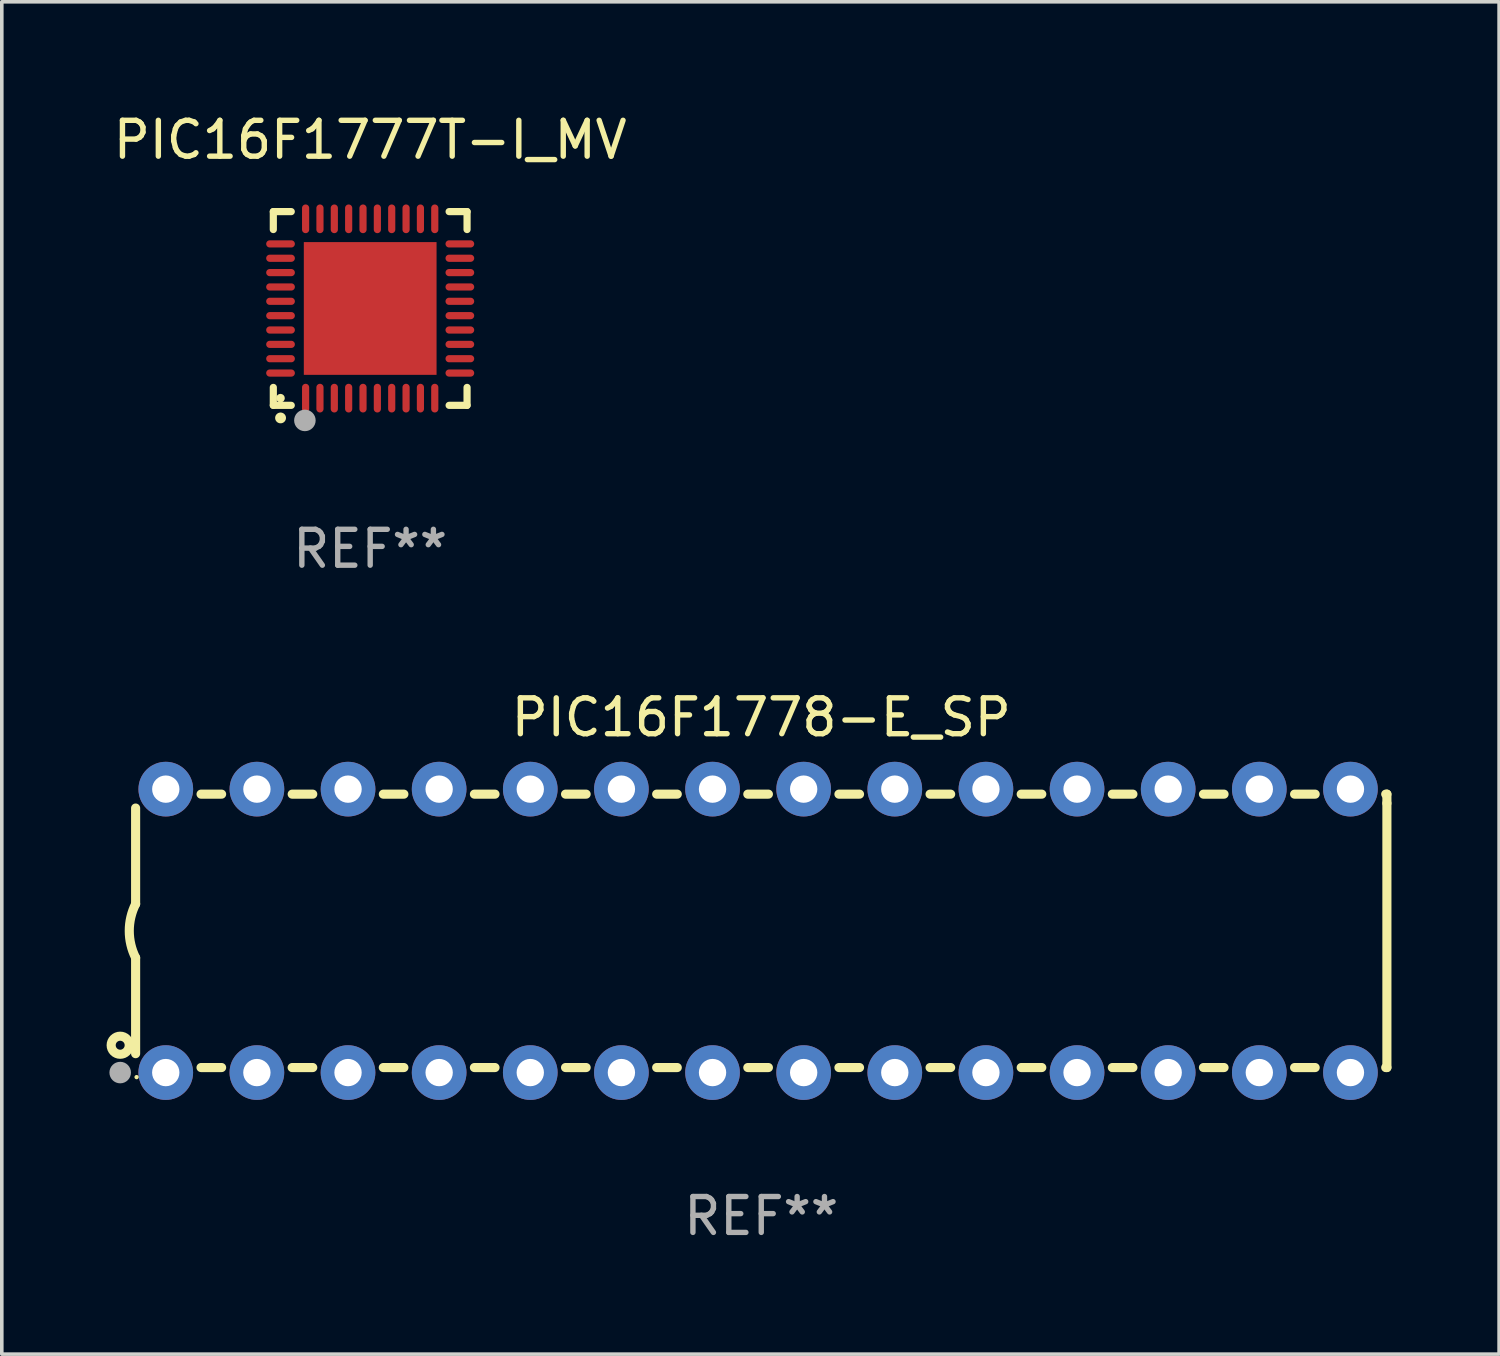
<source format=kicad_pcb>
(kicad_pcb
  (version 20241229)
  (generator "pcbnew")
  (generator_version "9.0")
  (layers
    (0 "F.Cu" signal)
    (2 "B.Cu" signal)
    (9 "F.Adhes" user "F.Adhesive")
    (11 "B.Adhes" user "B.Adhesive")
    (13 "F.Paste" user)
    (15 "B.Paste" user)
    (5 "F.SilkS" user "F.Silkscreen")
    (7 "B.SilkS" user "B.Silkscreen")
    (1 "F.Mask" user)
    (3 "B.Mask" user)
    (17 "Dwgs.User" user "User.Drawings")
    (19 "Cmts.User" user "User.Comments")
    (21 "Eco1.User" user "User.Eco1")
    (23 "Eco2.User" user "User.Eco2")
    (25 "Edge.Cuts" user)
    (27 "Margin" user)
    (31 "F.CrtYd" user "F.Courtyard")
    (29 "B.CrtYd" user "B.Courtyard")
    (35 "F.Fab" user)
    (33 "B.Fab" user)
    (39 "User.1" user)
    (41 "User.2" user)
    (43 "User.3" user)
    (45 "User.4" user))
  (footprint "PIC16F1777T-I_MV"
    (layer "F.Cu")
    (at 7.268 5.548)
    (property "Reference" "PIC16F1777T-I_MV" (at 0 -4.7 0) (layer "F.SilkS") (effects (font (size 1 1) (thickness 0.15))))
    (attr through_hole)
    (fp_line (start -2.7 -2.7) (end -2.7 -2.2) (stroke (width 0.2) (type solid)) (layer "F.SilkS"))
    (fp_line (start -2.7 2.7) (end -2.7 2.2) (stroke (width 0.2) (type solid)) (layer "F.SilkS"))
    (fp_line (start -2.2 -2.7) (end -2.7 -2.7) (stroke (width 0.2) (type solid)) (layer "F.SilkS"))
    (fp_line (start -2.2 2.7) (end -2.7 2.7) (stroke (width 0.2) (type solid)) (layer "F.SilkS"))
    (fp_line (start 2.7 -2.7) (end 2.2 -2.7) (stroke (width 0.2) (type solid)) (layer "F.SilkS"))
    (fp_line (start 2.7 -2.2) (end 2.7 -2.7) (stroke (width 0.2) (type solid)) (layer "F.SilkS"))
    (fp_line (start 2.7 2.2) (end 2.7 2.7) (stroke (width 0.2) (type solid)) (layer "F.SilkS"))
    (fp_line (start 2.7 2.7) (end 2.2 2.7) (stroke (width 0.2) (type solid)) (layer "F.SilkS"))
    (fp_arc (start -2.499365 3.050546) (mid -2.498095 3.050541) (end -2.496825 3.050546) (stroke (width 0.3) (type solid)) (layer "F.SilkS"))
    (fp_circle (center -2.5 2.5) (end -2.44 2.5) (stroke (width 0.12) (type solid)) (fill no) (layer "F.SilkS"))
    (fp_circle (center -1.82 3.12) (end -1.67 3.12) (stroke (width 0.3) (type solid)) (fill no) (layer "F.Fab"))
    (fp_text user "REF**" (at 0 6.7 0) (layer "F.Fab") (effects (font (size 1 1) (thickness 0.15))))
    (pad "1" smd oval (at -1.8 2.499) (size 0.2 0.8) (layers "F.Cu" "F.Mask" "F.Paste"))
    (pad "2" smd oval (at -1.4 2.499) (size 0.2 0.8) (layers "F.Cu" "F.Mask" "F.Paste"))
    (pad "3" smd oval (at -1 2.499) (size 0.2 0.8) (layers "F.Cu" "F.Mask" "F.Paste"))
    (pad "4" smd oval (at -0.6 2.499) (size 0.2 0.8) (layers "F.Cu" "F.Mask" "F.Paste"))
    (pad "5" smd oval (at -0.2 2.499) (size 0.2 0.8) (layers "F.Cu" "F.Mask" "F.Paste"))
    (pad "6" smd oval (at 0.2 2.499) (size 0.2 0.8) (layers "F.Cu" "F.Mask" "F.Paste"))
    (pad "7" smd oval (at 0.6 2.499) (size 0.2 0.8) (layers "F.Cu" "F.Mask" "F.Paste"))
    (pad "8" smd oval (at 1 2.499) (size 0.2 0.8) (layers "F.Cu" "F.Mask" "F.Paste"))
    (pad "9" smd oval (at 1.4 2.499) (size 0.2 0.8) (layers "F.Cu" "F.Mask" "F.Paste"))
    (pad "10" smd oval (at 1.8 2.499) (size 0.2 0.8) (layers "F.Cu" "F.Mask" "F.Paste"))
    (pad "11" smd oval (at 2.499 1.8) (size 0.8 0.2) (layers "F.Cu" "F.Mask" "F.Paste"))
    (pad "12" smd oval (at 2.499 1.4) (size 0.8 0.2) (layers "F.Cu" "F.Mask" "F.Paste"))
    (pad "13" smd oval (at 2.499 1) (size 0.8 0.2) (layers "F.Cu" "F.Mask" "F.Paste"))
    (pad "14" smd oval (at 2.499 0.6) (size 0.8 0.2) (layers "F.Cu" "F.Mask" "F.Paste"))
    (pad "15" smd oval (at 2.499 0.2) (size 0.8 0.2) (layers "F.Cu" "F.Mask" "F.Paste"))
    (pad "16" smd oval (at 2.499 -0.2) (size 0.8 0.2) (layers "F.Cu" "F.Mask" "F.Paste"))
    (pad "17" smd oval (at 2.499 -0.6) (size 0.8 0.2) (layers "F.Cu" "F.Mask" "F.Paste"))
    (pad "18" smd oval (at 2.499 -1) (size 0.8 0.2) (layers "F.Cu" "F.Mask" "F.Paste"))
    (pad "19" smd oval (at 2.499 -1.4) (size 0.8 0.2) (layers "F.Cu" "F.Mask" "F.Paste"))
    (pad "20" smd oval (at 2.499 -1.8) (size 0.8 0.2) (layers "F.Cu" "F.Mask" "F.Paste"))
    (pad "21" smd oval (at 1.8 -2.499) (size 0.2 0.8) (layers "F.Cu" "F.Mask" "F.Paste"))
    (pad "22" smd oval (at 1.4 -2.499) (size 0.2 0.8) (layers "F.Cu" "F.Mask" "F.Paste"))
    (pad "23" smd oval (at 1 -2.499) (size 0.2 0.8) (layers "F.Cu" "F.Mask" "F.Paste"))
    (pad "24" smd oval (at 0.6 -2.499) (size 0.2 0.8) (layers "F.Cu" "F.Mask" "F.Paste"))
    (pad "25" smd oval (at 0.2 -2.499) (size 0.2 0.8) (layers "F.Cu" "F.Mask" "F.Paste"))
    (pad "26" smd oval (at -0.2 -2.499) (size 0.2 0.8) (layers "F.Cu" "F.Mask" "F.Paste"))
    (pad "27" smd oval (at -0.6 -2.499) (size 0.2 0.8) (layers "F.Cu" "F.Mask" "F.Paste"))
    (pad "28" smd oval (at -1 -2.499) (size 0.2 0.8) (layers "F.Cu" "F.Mask" "F.Paste"))
    (pad "29" smd oval (at -1.4 -2.499) (size 0.2 0.8) (layers "F.Cu" "F.Mask" "F.Paste"))
    (pad "30" smd oval (at -1.8 -2.499) (size 0.2 0.8) (layers "F.Cu" "F.Mask" "F.Paste"))
    (pad "31" smd oval (at -2.499 -1.8) (size 0.8 0.2) (layers "F.Cu" "F.Mask" "F.Paste"))
    (pad "32" smd oval (at -2.499 -1.4) (size 0.8 0.2) (layers "F.Cu" "F.Mask" "F.Paste"))
    (pad "33" smd oval (at -2.499 -1) (size 0.8 0.2) (layers "F.Cu" "F.Mask" "F.Paste"))
    (pad "34" smd oval (at -2.499 -0.6) (size 0.8 0.2) (layers "F.Cu" "F.Mask" "F.Paste"))
    (pad "35" smd oval (at -2.499 -0.2) (size 0.8 0.2) (layers "F.Cu" "F.Mask" "F.Paste"))
    (pad "36" smd oval (at -2.499 0.2) (size 0.8 0.2) (layers "F.Cu" "F.Mask" "F.Paste"))
    (pad "37" smd oval (at -2.499 0.6) (size 0.8 0.2) (layers "F.Cu" "F.Mask" "F.Paste"))
    (pad "38" smd oval (at -2.499 1) (size 0.8 0.2) (layers "F.Cu" "F.Mask" "F.Paste"))
    (pad "39" smd oval (at -2.499 1.4) (size 0.8 0.2) (layers "F.Cu" "F.Mask" "F.Paste"))
    (pad "40" smd oval (at -2.499 1.8) (size 0.8 0.2) (layers "F.Cu" "F.Mask" "F.Paste"))
    (pad "41" smd rect (at 0 0) (size 3.7 3.7) (layers "F.Cu" "F.Mask" "F.Paste")))
  (footprint "PIC16F1778-E_SP"
    (layer "F.Cu")
    (at 18.168 22.895)
    (property "Reference" "PIC16F1778-E_SP" (at 0 -5.95 0) (layer "F.SilkS") (effects (font (size 1 1) (thickness 0.15))))
    (attr through_hole)
    (fp_line (start -17.438 0.75) (end -17.438 3.423) (stroke (width 0.254) (type solid)) (layer "F.SilkS"))
    (fp_line (start -17.438 -3.423) (end -17.438 -0.75) (stroke (width 0.254) (type solid)) (layer "F.SilkS"))
    (fp_line (start -15.615 3.81) (end -15.041 3.81) (stroke (width 0.254) (type solid)) (layer "F.SilkS"))
    (fp_line (start -15.041 -3.81) (end -15.614 -3.81) (stroke (width 0.254) (type solid)) (layer "F.SilkS"))
    (fp_line (start -13.075 3.81) (end -12.501 3.81) (stroke (width 0.254) (type solid)) (layer "F.SilkS"))
    (fp_line (start -12.501 -3.81) (end -13.074 -3.81) (stroke (width 0.254) (type solid)) (layer "F.SilkS"))
    (fp_line (start -10.535 3.81) (end -9.961 3.81) (stroke (width 0.254) (type solid)) (layer "F.SilkS"))
    (fp_line (start -9.961 -3.81) (end -10.534 -3.81) (stroke (width 0.254) (type solid)) (layer "F.SilkS"))
    (fp_line (start -7.995 3.81) (end -7.421 3.81) (stroke (width 0.254) (type solid)) (layer "F.SilkS"))
    (fp_line (start -7.421 -3.81) (end -7.995 -3.81) (stroke (width 0.254) (type solid)) (layer "F.SilkS"))
    (fp_line (start -5.455 3.81) (end -4.881 3.81) (stroke (width 0.254) (type solid)) (layer "F.SilkS"))
    (fp_line (start -4.881 -3.81) (end -5.455 -3.81) (stroke (width 0.254) (type solid)) (layer "F.SilkS"))
    (fp_line (start -2.915 3.81) (end -2.341 3.81) (stroke (width 0.254) (type solid)) (layer "F.SilkS"))
    (fp_line (start -2.341 -3.81) (end -2.915 -3.81) (stroke (width 0.254) (type solid)) (layer "F.SilkS"))
    (fp_line (start -0.375 3.81) (end 0.199 3.81) (stroke (width 0.254) (type solid)) (layer "F.SilkS"))
    (fp_line (start 0.199 -3.81) (end -0.375 -3.81) (stroke (width 0.254) (type solid)) (layer "F.SilkS"))
    (fp_line (start 2.165 3.81) (end 2.739 3.81) (stroke (width 0.254) (type solid)) (layer "F.SilkS"))
    (fp_line (start 2.739 -3.81) (end 2.165 -3.81) (stroke (width 0.254) (type solid)) (layer "F.SilkS"))
    (fp_line (start 4.705 3.81) (end 5.279 3.81) (stroke (width 0.254) (type solid)) (layer "F.SilkS"))
    (fp_line (start 5.279 -3.81) (end 4.705 -3.81) (stroke (width 0.254) (type solid)) (layer "F.SilkS"))
    (fp_line (start 7.245 3.81) (end 7.819 3.81) (stroke (width 0.254) (type solid)) (layer "F.SilkS"))
    (fp_line (start 7.819 -3.81) (end 7.245 -3.81) (stroke (width 0.254) (type solid)) (layer "F.SilkS"))
    (fp_line (start 9.785 3.81) (end 10.359 3.81) (stroke (width 0.254) (type solid)) (layer "F.SilkS"))
    (fp_line (start 10.359 -3.81) (end 9.785 -3.81) (stroke (width 0.254) (type solid)) (layer "F.SilkS"))
    (fp_line (start 12.325 3.81) (end 12.899 3.81) (stroke (width 0.254) (type solid)) (layer "F.SilkS"))
    (fp_line (start 12.899 -3.81) (end 12.325 -3.81) (stroke (width 0.254) (type solid)) (layer "F.SilkS"))
    (fp_line (start 14.865 3.81) (end 15.439 3.81) (stroke (width 0.254) (type solid)) (layer "F.SilkS"))
    (fp_line (start 15.439 -3.81) (end 14.865 -3.81) (stroke (width 0.254) (type solid)) (layer "F.SilkS"))
    (fp_line (start 17.405 3.81) (end 17.438 3.81) (stroke (width 0.254) (type solid)) (layer "F.SilkS"))
    (fp_line (start 17.438 -3.81) (end 17.405 -3.81) (stroke (width 0.254) (type solid)) (layer "F.SilkS"))
    (fp_line (start 17.438 -3.556) (end 17.438 -3.81) (stroke (width 0.254) (type solid)) (layer "F.SilkS"))
    (fp_line (start 17.438 3.81) (end 17.438 -3.556) (stroke (width 0.254) (type solid)) (layer "F.SilkS"))
    (fp_arc (start -17.437986 0.749657) (mid -17.614887 -0.000024) (end -17.437783 -0.749657) (stroke (width 0.254001) (type solid)) (layer "F.SilkS"))
    (fp_circle (center -17.868 3.188) (end -17.743 3.188) (stroke (width 0.254) (type solid)) (fill no) (layer "F.SilkS"))
    (fp_circle (center -17.411 4.077) (end -17.381 4.077) (stroke (width 0.06) (type solid)) (fill no) (layer "F.SilkS"))
    (fp_circle (center -17.868 3.95) (end -17.718 3.95) (stroke (width 0.3) (type solid)) (fill no) (layer "F.Fab"))
    (fp_text user "REF**" (at 0 7.95 0) (layer "F.Fab") (effects (font (size 1 1) (thickness 0.15))))
    (pad "1" thru_hole circle (at -16.598 3.95) (size 1.524 1.524) (drill 0.762) (layers "*.Cu" "*.Mask"))
    (pad "2" thru_hole circle (at -14.058 3.95) (size 1.524 1.524) (drill 0.762) (layers "*.Cu" "*.Mask"))
    (pad "3" thru_hole circle (at -11.518 3.95) (size 1.524 1.524) (drill 0.762) (layers "*.Cu" "*.Mask"))
    (pad "4" thru_hole circle (at -8.978 3.95) (size 1.524 1.524) (drill 0.762) (layers "*.Cu" "*.Mask"))
    (pad "5" thru_hole circle (at -6.438 3.95) (size 1.524 1.524) (drill 0.762) (layers "*.Cu" "*.Mask"))
    (pad "6" thru_hole circle (at -3.898 3.95) (size 1.524 1.524) (drill 0.762) (layers "*.Cu" "*.Mask"))
    (pad "7" thru_hole circle (at -1.358 3.95) (size 1.524 1.524) (drill 0.762) (layers "*.Cu" "*.Mask"))
    (pad "8" thru_hole circle (at 1.182 3.95) (size 1.524 1.524) (drill 0.762) (layers "*.Cu" "*.Mask"))
    (pad "9" thru_hole circle (at 3.722 3.95) (size 1.524 1.524) (drill 0.762) (layers "*.Cu" "*.Mask"))
    (pad "10" thru_hole circle (at 6.262 3.95) (size 1.524 1.524) (drill 0.762) (layers "*.Cu" "*.Mask"))
    (pad "11" thru_hole circle (at 8.802 3.95) (size 1.524 1.524) (drill 0.762) (layers "*.Cu" "*.Mask"))
    (pad "12" thru_hole circle (at 11.342 3.95) (size 1.524 1.524) (drill 0.762) (layers "*.Cu" "*.Mask"))
    (pad "13" thru_hole circle (at 13.882 3.95) (size 1.524 1.524) (drill 0.762) (layers "*.Cu" "*.Mask"))
    (pad "14" thru_hole circle (at 16.422 3.95) (size 1.524 1.524) (drill 0.762) (layers "*.Cu" "*.Mask"))
    (pad "15" thru_hole circle (at 16.422 -3.95) (size 1.524 1.524) (drill 0.762) (layers "*.Cu" "*.Mask"))
    (pad "16" thru_hole circle (at 13.882 -3.95) (size 1.524 1.524) (drill 0.762) (layers "*.Cu" "*.Mask"))
    (pad "17" thru_hole circle (at 11.342 -3.95) (size 1.524 1.524) (drill 0.762) (layers "*.Cu" "*.Mask"))
    (pad "18" thru_hole circle (at 8.802 -3.95) (size 1.524 1.524) (drill 0.762) (layers "*.Cu" "*.Mask"))
    (pad "19" thru_hole circle (at 6.262 -3.95) (size 1.524 1.524) (drill 0.762) (layers "*.Cu" "*.Mask"))
    (pad "20" thru_hole circle (at 3.722 -3.95) (size 1.524 1.524) (drill 0.762) (layers "*.Cu" "*.Mask"))
    (pad "21" thru_hole circle (at 1.182 -3.95) (size 1.524 1.524) (drill 0.762) (layers "*.Cu" "*.Mask"))
    (pad "22" thru_hole circle (at -1.358 -3.95) (size 1.524 1.524) (drill 0.762) (layers "*.Cu" "*.Mask"))
    (pad "23" thru_hole circle (at -3.898 -3.95) (size 1.524 1.524) (drill 0.762) (layers "*.Cu" "*.Mask"))
    (pad "24" thru_hole circle (at -6.438 -3.95) (size 1.524 1.524) (drill 0.762) (layers "*.Cu" "*.Mask"))
    (pad "25" thru_hole circle (at -8.978 -3.95) (size 1.524 1.524) (drill 0.762) (layers "*.Cu" "*.Mask"))
    (pad "26" thru_hole circle (at -11.517 -3.95) (size 1.524 1.524) (drill 0.762) (layers "*.Cu" "*.Mask"))
    (pad "27" thru_hole circle (at -14.057 -3.95) (size 1.524 1.524) (drill 0.762) (layers "*.Cu" "*.Mask"))
    (pad "28" thru_hole circle (at -16.597 -3.95) (size 1.524 1.524) (drill 0.762) (layers "*.Cu" "*.Mask")))
  (gr_rect
    (start -3 -3)
    (end 38.733 34.693)
    (stroke (width 0.1) (type default))
    (fill no)
    (layer "Edge.Cuts")))
</source>
